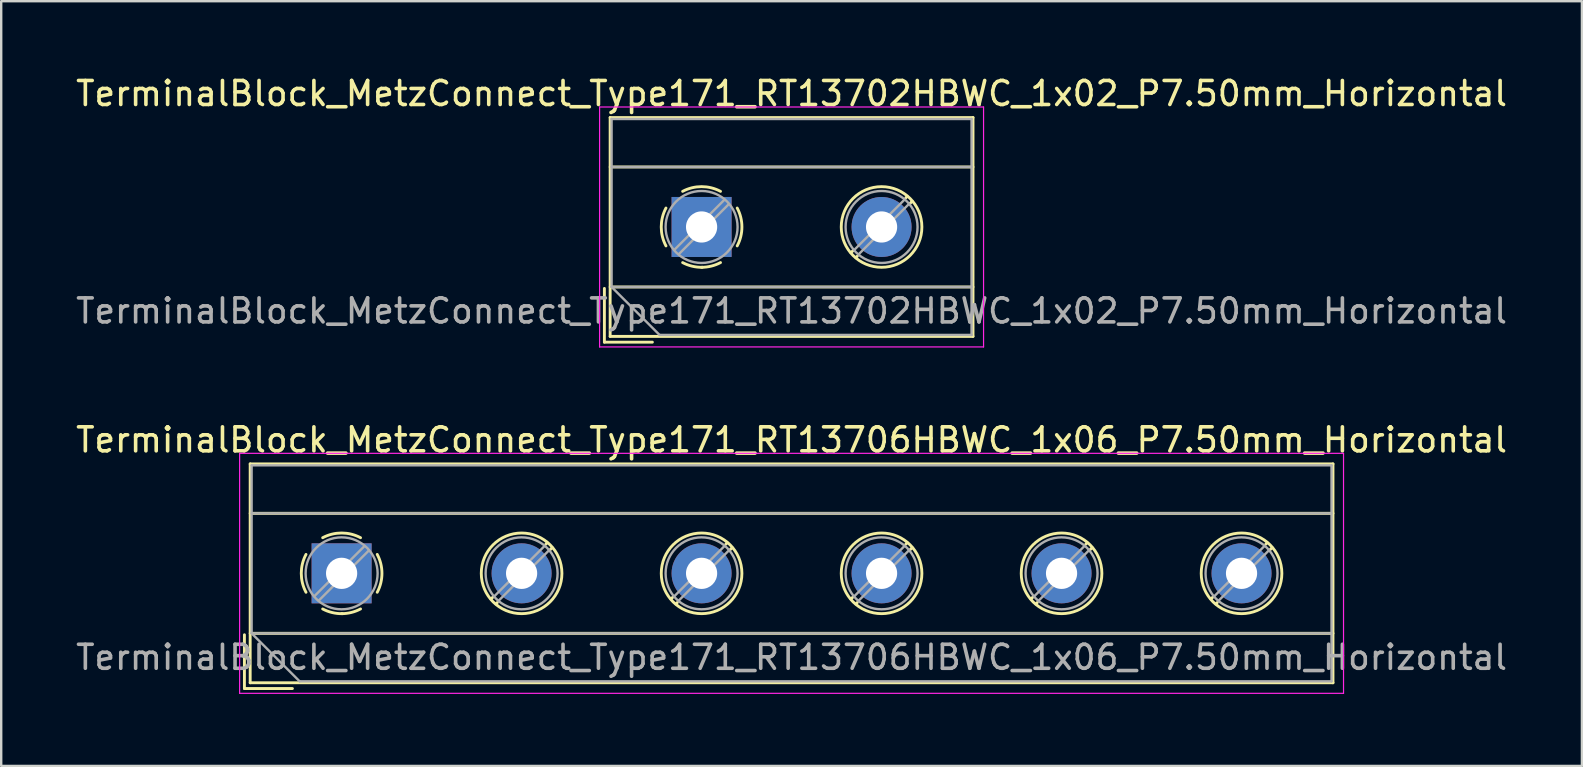
<source format=kicad_pcb>
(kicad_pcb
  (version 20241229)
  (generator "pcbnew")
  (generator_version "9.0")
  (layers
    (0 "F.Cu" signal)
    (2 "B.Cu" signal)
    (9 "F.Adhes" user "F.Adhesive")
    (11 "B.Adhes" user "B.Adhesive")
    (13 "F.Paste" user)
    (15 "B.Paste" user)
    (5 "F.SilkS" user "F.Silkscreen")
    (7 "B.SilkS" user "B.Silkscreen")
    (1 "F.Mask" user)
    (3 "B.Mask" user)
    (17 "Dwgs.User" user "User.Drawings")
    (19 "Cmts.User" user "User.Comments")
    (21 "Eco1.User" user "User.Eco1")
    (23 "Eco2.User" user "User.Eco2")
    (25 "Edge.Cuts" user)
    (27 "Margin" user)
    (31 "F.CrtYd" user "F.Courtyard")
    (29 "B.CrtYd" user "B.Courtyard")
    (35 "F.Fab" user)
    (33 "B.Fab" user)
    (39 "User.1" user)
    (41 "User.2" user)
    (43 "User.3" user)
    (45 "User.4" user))
  (footprint "TerminalBlock_MetzConnect_Type171_RT13706HBWC_1x06_P7.50mm_Horizontal"
    (layer "F.Cu")
    (at 11.185 20.841)
    (property "Reference" "TerminalBlock_MetzConnect_Type171_RT13706HBWC_1x06_P7.50mm_Horizontal" (at 18.75 -5.56 0) (layer "F.SilkS") (effects (font (size 1 1) (thickness 0.15))))
    (attr through_hole)
    (fp_line (start -4.05 2.56) (end -4.05 4.8) (stroke (width 0.12) (type solid)) (layer "F.SilkS"))
    (fp_line (start -4.05 4.8) (end -2.05 4.8) (stroke (width 0.12) (type solid)) (layer "F.SilkS"))
    (fp_line (start -3.81 -4.56) (end -3.81 4.56) (stroke (width 0.12) (type solid)) (layer "F.SilkS"))
    (fp_line (start -3.81 -4.56) (end 41.31 -4.56) (stroke (width 0.12) (type solid)) (layer "F.SilkS"))
    (fp_line (start -3.81 -2.5) (end 41.31 -2.5) (stroke (width 0.12) (type solid)) (layer "F.SilkS"))
    (fp_line (start -3.81 2.5) (end 41.31 2.5) (stroke (width 0.12) (type solid)) (layer "F.SilkS"))
    (fp_line (start -3.81 4.56) (end 41.31 4.56) (stroke (width 0.12) (type solid)) (layer "F.SilkS"))
    (fp_line (start 6.32 0.976) (end 6.226 1.069) (stroke (width 0.12) (type solid)) (layer "F.SilkS"))
    (fp_line (start 6.49 1.216) (end 6.431 1.274) (stroke (width 0.12) (type solid)) (layer "F.SilkS"))
    (fp_line (start 8.57 -1.275) (end 8.511 -1.216) (stroke (width 0.12) (type solid)) (layer "F.SilkS"))
    (fp_line (start 8.775 -1.069) (end 8.681 -0.976) (stroke (width 0.12) (type solid)) (layer "F.SilkS"))
    (fp_line (start 13.82 0.976) (end 13.726 1.069) (stroke (width 0.12) (type solid)) (layer "F.SilkS"))
    (fp_line (start 13.99 1.216) (end 13.931 1.274) (stroke (width 0.12) (type solid)) (layer "F.SilkS"))
    (fp_line (start 16.07 -1.275) (end 16.011 -1.216) (stroke (width 0.12) (type solid)) (layer "F.SilkS"))
    (fp_line (start 16.275 -1.069) (end 16.181 -0.976) (stroke (width 0.12) (type solid)) (layer "F.SilkS"))
    (fp_line (start 21.32 0.976) (end 21.226 1.069) (stroke (width 0.12) (type solid)) (layer "F.SilkS"))
    (fp_line (start 21.49 1.216) (end 21.431 1.274) (stroke (width 0.12) (type solid)) (layer "F.SilkS"))
    (fp_line (start 23.57 -1.275) (end 23.511 -1.216) (stroke (width 0.12) (type solid)) (layer "F.SilkS"))
    (fp_line (start 23.775 -1.069) (end 23.681 -0.976) (stroke (width 0.12) (type solid)) (layer "F.SilkS"))
    (fp_line (start 28.82 0.976) (end 28.726 1.069) (stroke (width 0.12) (type solid)) (layer "F.SilkS"))
    (fp_line (start 28.99 1.216) (end 28.931 1.274) (stroke (width 0.12) (type solid)) (layer "F.SilkS"))
    (fp_line (start 31.07 -1.275) (end 31.011 -1.216) (stroke (width 0.12) (type solid)) (layer "F.SilkS"))
    (fp_line (start 31.275 -1.069) (end 31.181 -0.976) (stroke (width 0.12) (type solid)) (layer "F.SilkS"))
    (fp_line (start 36.32 0.976) (end 36.226 1.069) (stroke (width 0.12) (type solid)) (layer "F.SilkS"))
    (fp_line (start 36.49 1.216) (end 36.431 1.274) (stroke (width 0.12) (type solid)) (layer "F.SilkS"))
    (fp_line (start 38.57 -1.275) (end 38.511 -1.216) (stroke (width 0.12) (type solid)) (layer "F.SilkS"))
    (fp_line (start 38.775 -1.069) (end 38.681 -0.976) (stroke (width 0.12) (type solid)) (layer "F.SilkS"))
    (fp_line (start 41.31 -4.56) (end 41.31 4.56) (stroke (width 0.12) (type solid)) (layer "F.SilkS"))
    (fp_arc (start -1.483953 0.789089) (mid -1.680708 0.00005) (end -1.484 -0.789) (stroke (width 0.12) (type solid)) (layer "F.SilkS"))
    (fp_arc (start -0.789089 -1.483953) (mid -0.00005 -1.680708) (end 0.789 -1.484) (stroke (width 0.12) (type solid)) (layer "F.SilkS"))
    (fp_arc (start 0.029383 1.68045) (mid -0.392304 1.634281) (end -0.789 1.484) (stroke (width 0.12) (type solid)) (layer "F.SilkS"))
    (fp_arc (start 0.788712 1.483352) (mid 0.406429 1.630097) (end 0 1.68) (stroke (width 0.12) (type solid)) (layer "F.SilkS"))
    (fp_arc (start 1.483953 -0.789089) (mid 1.680708 -0.00005) (end 1.484 0.789) (stroke (width 0.12) (type solid)) (layer "F.SilkS"))
    (fp_circle (center 7.5 0) (end 9.18 0) (stroke (width 0.12) (type solid)) (fill no) (layer "F.SilkS"))
    (fp_circle (center 15 0) (end 16.68 0) (stroke (width 0.12) (type solid)) (fill no) (layer "F.SilkS"))
    (fp_circle (center 22.5 0) (end 24.18 0) (stroke (width 0.12) (type solid)) (fill no) (layer "F.SilkS"))
    (fp_circle (center 30 0) (end 31.68 0) (stroke (width 0.12) (type solid)) (fill no) (layer "F.SilkS"))
    (fp_circle (center 37.5 0) (end 39.18 0) (stroke (width 0.12) (type solid)) (fill no) (layer "F.SilkS"))
    (fp_line (start -4.25 -5) (end -4.25 5) (stroke (width 0.05) (type solid)) (layer "F.CrtYd"))
    (fp_line (start -4.25 5) (end 41.75 5) (stroke (width 0.05) (type solid)) (layer "F.CrtYd"))
    (fp_line (start 41.75 -5) (end -4.25 -5) (stroke (width 0.05) (type solid)) (layer "F.CrtYd"))
    (fp_line (start 41.75 5) (end 41.75 -5) (stroke (width 0.05) (type solid)) (layer "F.CrtYd"))
    (fp_line (start -3.75 -4.5) (end 41.25 -4.5) (stroke (width 0.1) (type solid)) (layer "F.Fab"))
    (fp_line (start -3.75 -2.5) (end 41.25 -2.5) (stroke (width 0.1) (type solid)) (layer "F.Fab"))
    (fp_line (start -3.75 2.5) (end -3.75 -4.5) (stroke (width 0.1) (type solid)) (layer "F.Fab"))
    (fp_line (start -3.75 2.5) (end 41.25 2.5) (stroke (width 0.1) (type solid)) (layer "F.Fab"))
    (fp_line (start -1.75 4.5) (end -3.75 2.5) (stroke (width 0.1) (type solid)) (layer "F.Fab"))
    (fp_line (start 0.955 -1.138) (end -1.138 0.955) (stroke (width 0.1) (type solid)) (layer "F.Fab"))
    (fp_line (start 1.138 -0.955) (end -0.955 1.138) (stroke (width 0.1) (type solid)) (layer "F.Fab"))
    (fp_line (start 8.455 -1.138) (end 6.363 0.955) (stroke (width 0.1) (type solid)) (layer "F.Fab"))
    (fp_line (start 8.638 -0.955) (end 6.546 1.138) (stroke (width 0.1) (type solid)) (layer "F.Fab"))
    (fp_line (start 15.955 -1.138) (end 13.863 0.955) (stroke (width 0.1) (type solid)) (layer "F.Fab"))
    (fp_line (start 16.138 -0.955) (end 14.046 1.138) (stroke (width 0.1) (type solid)) (layer "F.Fab"))
    (fp_line (start 23.455 -1.138) (end 21.363 0.955) (stroke (width 0.1) (type solid)) (layer "F.Fab"))
    (fp_line (start 23.638 -0.955) (end 21.546 1.138) (stroke (width 0.1) (type solid)) (layer "F.Fab"))
    (fp_line (start 30.955 -1.138) (end 28.863 0.955) (stroke (width 0.1) (type solid)) (layer "F.Fab"))
    (fp_line (start 31.138 -0.955) (end 29.046 1.138) (stroke (width 0.1) (type solid)) (layer "F.Fab"))
    (fp_line (start 38.455 -1.138) (end 36.363 0.955) (stroke (width 0.1) (type solid)) (layer "F.Fab"))
    (fp_line (start 38.638 -0.955) (end 36.546 1.138) (stroke (width 0.1) (type solid)) (layer "F.Fab"))
    (fp_line (start 41.25 -4.5) (end 41.25 4.5) (stroke (width 0.1) (type solid)) (layer "F.Fab"))
    (fp_line (start 41.25 4.5) (end -1.75 4.5) (stroke (width 0.1) (type solid)) (layer "F.Fab"))
    (fp_circle (center 0 0) (end 1.5 0) (stroke (width 0.1) (type solid)) (fill no) (layer "F.Fab"))
    (fp_circle (center 7.5 0) (end 9 0) (stroke (width 0.1) (type solid)) (fill no) (layer "F.Fab"))
    (fp_circle (center 15 0) (end 16.5 0) (stroke (width 0.1) (type solid)) (fill no) (layer "F.Fab"))
    (fp_circle (center 22.5 0) (end 24 0) (stroke (width 0.1) (type solid)) (fill no) (layer "F.Fab"))
    (fp_circle (center 30 0) (end 31.5 0) (stroke (width 0.1) (type solid)) (fill no) (layer "F.Fab"))
    (fp_circle (center 37.5 0) (end 39 0) (stroke (width 0.1) (type solid)) (fill no) (layer "F.Fab"))
    (fp_text user "${REFERENCE}" (at 18.75 3.5 0) (layer "F.Fab") (effects (font (size 1 1) (thickness 0.15))))
    (pad "1" thru_hole rect (at 0 0) (size 2.5 2.5) (drill 1.3) (layers "*.Cu" "*.Mask"))
    (pad "2" thru_hole circle (at 7.5 0) (size 2.5 2.5) (drill 1.3) (layers "*.Cu" "*.Mask"))
    (pad "3" thru_hole circle (at 15 0) (size 2.5 2.5) (drill 1.3) (layers "*.Cu" "*.Mask"))
    (pad "4" thru_hole circle (at 22.5 0) (size 2.5 2.5) (drill 1.3) (layers "*.Cu" "*.Mask"))
    (pad "5" thru_hole circle (at 30 0) (size 2.5 2.5) (drill 1.3) (layers "*.Cu" "*.Mask"))
    (pad "6" thru_hole circle (at 37.5 0) (size 2.5 2.5) (drill 1.3) (layers "*.Cu" "*.Mask")))
  (footprint "TerminalBlock_MetzConnect_Type171_RT13702HBWC_1x02_P7.50mm_Horizontal"
    (layer "F.Cu")
    (at 26.185 6.408)
    (property "Reference" "TerminalBlock_MetzConnect_Type171_RT13702HBWC_1x02_P7.50mm_Horizontal" (at 3.75 -5.56 0) (layer "F.SilkS") (effects (font (size 1 1) (thickness 0.15))))
    (attr through_hole)
    (fp_line (start -4.05 2.56) (end -4.05 4.8) (stroke (width 0.12) (type solid)) (layer "F.SilkS"))
    (fp_line (start -4.05 4.8) (end -2.05 4.8) (stroke (width 0.12) (type solid)) (layer "F.SilkS"))
    (fp_line (start -3.81 -4.56) (end -3.81 4.56) (stroke (width 0.12) (type solid)) (layer "F.SilkS"))
    (fp_line (start -3.81 -4.56) (end 11.31 -4.56) (stroke (width 0.12) (type solid)) (layer "F.SilkS"))
    (fp_line (start -3.81 -2.5) (end 11.31 -2.5) (stroke (width 0.12) (type solid)) (layer "F.SilkS"))
    (fp_line (start -3.81 2.5) (end 11.31 2.5) (stroke (width 0.12) (type solid)) (layer "F.SilkS"))
    (fp_line (start -3.81 4.56) (end 11.31 4.56) (stroke (width 0.12) (type solid)) (layer "F.SilkS"))
    (fp_line (start 6.32 0.976) (end 6.226 1.069) (stroke (width 0.12) (type solid)) (layer "F.SilkS"))
    (fp_line (start 6.49 1.216) (end 6.431 1.274) (stroke (width 0.12) (type solid)) (layer "F.SilkS"))
    (fp_line (start 8.57 -1.275) (end 8.511 -1.216) (stroke (width 0.12) (type solid)) (layer "F.SilkS"))
    (fp_line (start 8.775 -1.069) (end 8.681 -0.976) (stroke (width 0.12) (type solid)) (layer "F.SilkS"))
    (fp_line (start 11.31 -4.56) (end 11.31 4.56) (stroke (width 0.12) (type solid)) (layer "F.SilkS"))
    (fp_arc (start -1.483953 0.789089) (mid -1.680708 0.00005) (end -1.484 -0.789) (stroke (width 0.12) (type solid)) (layer "F.SilkS"))
    (fp_arc (start -0.789089 -1.483953) (mid -0.00005 -1.680708) (end 0.789 -1.484) (stroke (width 0.12) (type solid)) (layer "F.SilkS"))
    (fp_arc (start 0.029383 1.68045) (mid -0.392304 1.634281) (end -0.789 1.484) (stroke (width 0.12) (type solid)) (layer "F.SilkS"))
    (fp_arc (start 0.788712 1.483352) (mid 0.406429 1.630097) (end 0 1.68) (stroke (width 0.12) (type solid)) (layer "F.SilkS"))
    (fp_arc (start 1.483953 -0.789089) (mid 1.680708 -0.00005) (end 1.484 0.789) (stroke (width 0.12) (type solid)) (layer "F.SilkS"))
    (fp_circle (center 7.5 0) (end 9.18 0) (stroke (width 0.12) (type solid)) (fill no) (layer "F.SilkS"))
    (fp_line (start -4.25 -5) (end -4.25 5) (stroke (width 0.05) (type solid)) (layer "F.CrtYd"))
    (fp_line (start -4.25 5) (end 11.75 5) (stroke (width 0.05) (type solid)) (layer "F.CrtYd"))
    (fp_line (start 11.75 -5) (end -4.25 -5) (stroke (width 0.05) (type solid)) (layer "F.CrtYd"))
    (fp_line (start 11.75 5) (end 11.75 -5) (stroke (width 0.05) (type solid)) (layer "F.CrtYd"))
    (fp_line (start -3.75 -4.5) (end 11.25 -4.5) (stroke (width 0.1) (type solid)) (layer "F.Fab"))
    (fp_line (start -3.75 -2.5) (end 11.25 -2.5) (stroke (width 0.1) (type solid)) (layer "F.Fab"))
    (fp_line (start -3.75 2.5) (end -3.75 -4.5) (stroke (width 0.1) (type solid)) (layer "F.Fab"))
    (fp_line (start -3.75 2.5) (end 11.25 2.5) (stroke (width 0.1) (type solid)) (layer "F.Fab"))
    (fp_line (start -1.75 4.5) (end -3.75 2.5) (stroke (width 0.1) (type solid)) (layer "F.Fab"))
    (fp_line (start 0.955 -1.138) (end -1.138 0.955) (stroke (width 0.1) (type solid)) (layer "F.Fab"))
    (fp_line (start 1.138 -0.955) (end -0.955 1.138) (stroke (width 0.1) (type solid)) (layer "F.Fab"))
    (fp_line (start 8.455 -1.138) (end 6.363 0.955) (stroke (width 0.1) (type solid)) (layer "F.Fab"))
    (fp_line (start 8.638 -0.955) (end 6.546 1.138) (stroke (width 0.1) (type solid)) (layer "F.Fab"))
    (fp_line (start 11.25 -4.5) (end 11.25 4.5) (stroke (width 0.1) (type solid)) (layer "F.Fab"))
    (fp_line (start 11.25 4.5) (end -1.75 4.5) (stroke (width 0.1) (type solid)) (layer "F.Fab"))
    (fp_circle (center 0 0) (end 1.5 0) (stroke (width 0.1) (type solid)) (fill no) (layer "F.Fab"))
    (fp_circle (center 7.5 0) (end 9 0) (stroke (width 0.1) (type solid)) (fill no) (layer "F.Fab"))
    (fp_text user "${REFERENCE}" (at 3.75 3.5 0) (layer "F.Fab") (effects (font (size 1 1) (thickness 0.15))))
    (pad "1" thru_hole rect (at 0 0) (size 2.5 2.5) (drill 1.3) (layers "*.Cu" "*.Mask"))
    (pad "2" thru_hole circle (at 7.5 0) (size 2.5 2.5) (drill 1.3) (layers "*.Cu" "*.Mask")))
  (gr_rect
    (start -3 -3)
    (end 62.869 28.866)
    (stroke (width 0.1) (type default))
    (fill no)
    (layer "Edge.Cuts")))
</source>
